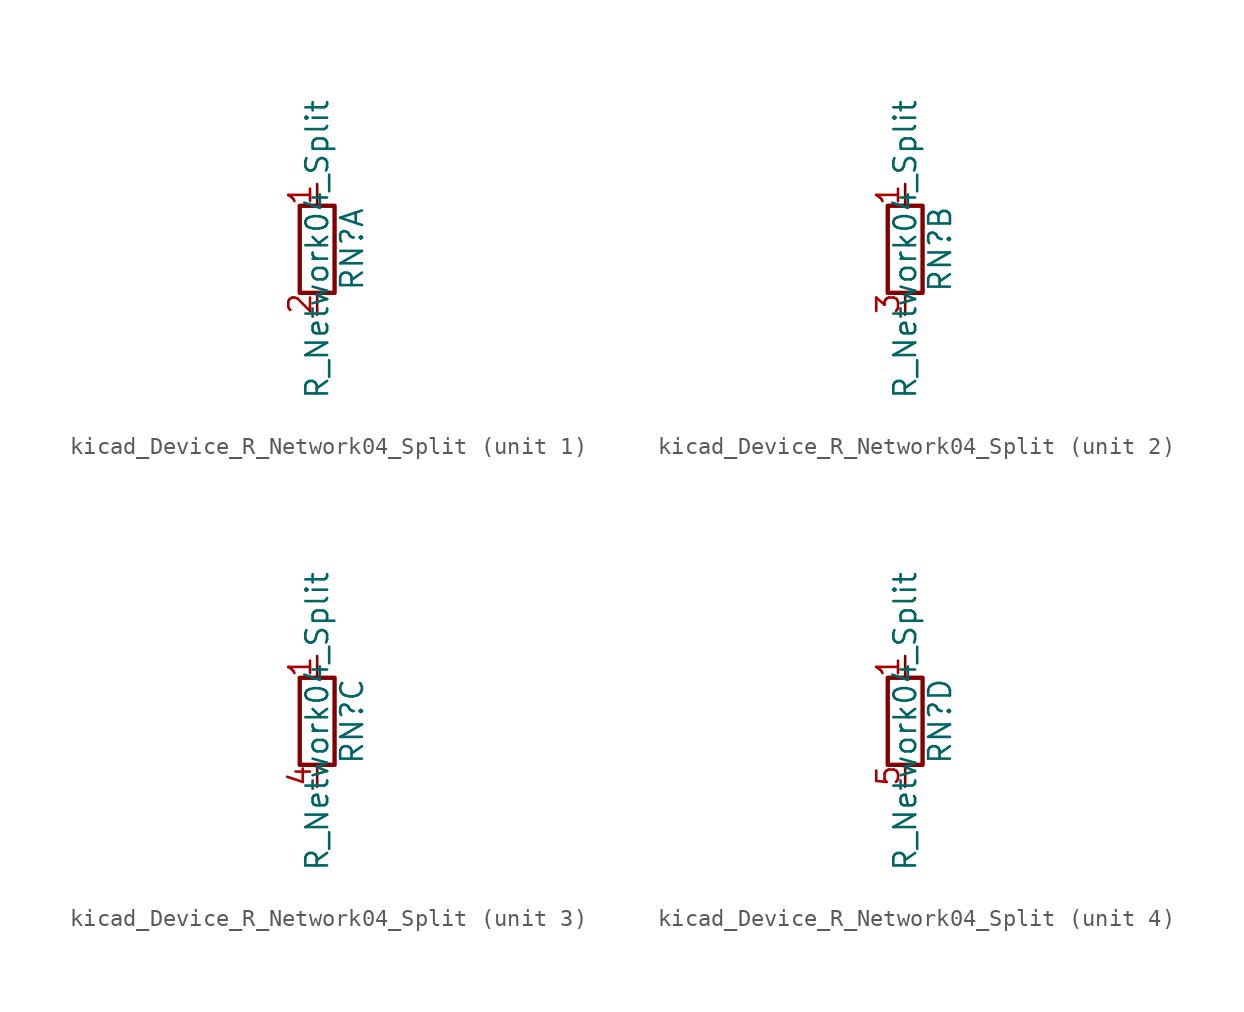
<source format=kicad_sym>
(kicad_symbol_lib
  (version 20220914)
  (generator kicad_symbol_editor)
  (symbol "kicad_Device_R_Network04_Split"
    (pin_names
      (offset 0) hide)
    (property "Reference" "RN"
      (at 2.032 0 90)
      (effects (font (size 1.27 1.27))))
    (property "Value" "R_Network04_Split"
      (at 0 0 90)
      (effects (font (size 1.27 1.27))))
    (symbol "kicad_Device_R_Network04_Split_0_1"
      (rectangle (start 1.016 2.54) (end -1.016 -2.54) (stroke (width 0.254) (type default)) (fill (type none)))
      (pin passive line (at 0 3.81 270) (length 1.27) (name "R1" (effects (font (size 1.27 1.27)))) (number "1" (effects (font (size 1.27 1.27))))))
    (symbol "kicad_Device_R_Network04_Split_1_1"
      (pin passive line (at 0 -3.81 90) (length 1.27) (name "R1.2" (effects (font (size 1.27 1.27)))) (number "2" (effects (font (size 1.27 1.27))))))
    (symbol "kicad_Device_R_Network04_Split_2_1"
      (pin passive line (at 0 -3.81 90) (length 1.27) (name "R2.2" (effects (font (size 1.27 1.27)))) (number "3" (effects (font (size 1.27 1.27))))))
    (symbol "kicad_Device_R_Network04_Split_3_1"
      (pin passive line (at 0 -3.81 90) (length 1.27) (name "R3.2" (effects (font (size 1.27 1.27)))) (number "4" (effects (font (size 1.27 1.27))))))
    (symbol "kicad_Device_R_Network04_Split_4_1"
      (pin passive line (at 0 -3.81 90) (length 1.27) (name "R4.2" (effects (font (size 1.27 1.27)))) (number "5" (effects (font (size 1.27 1.27))))))))
</source>
